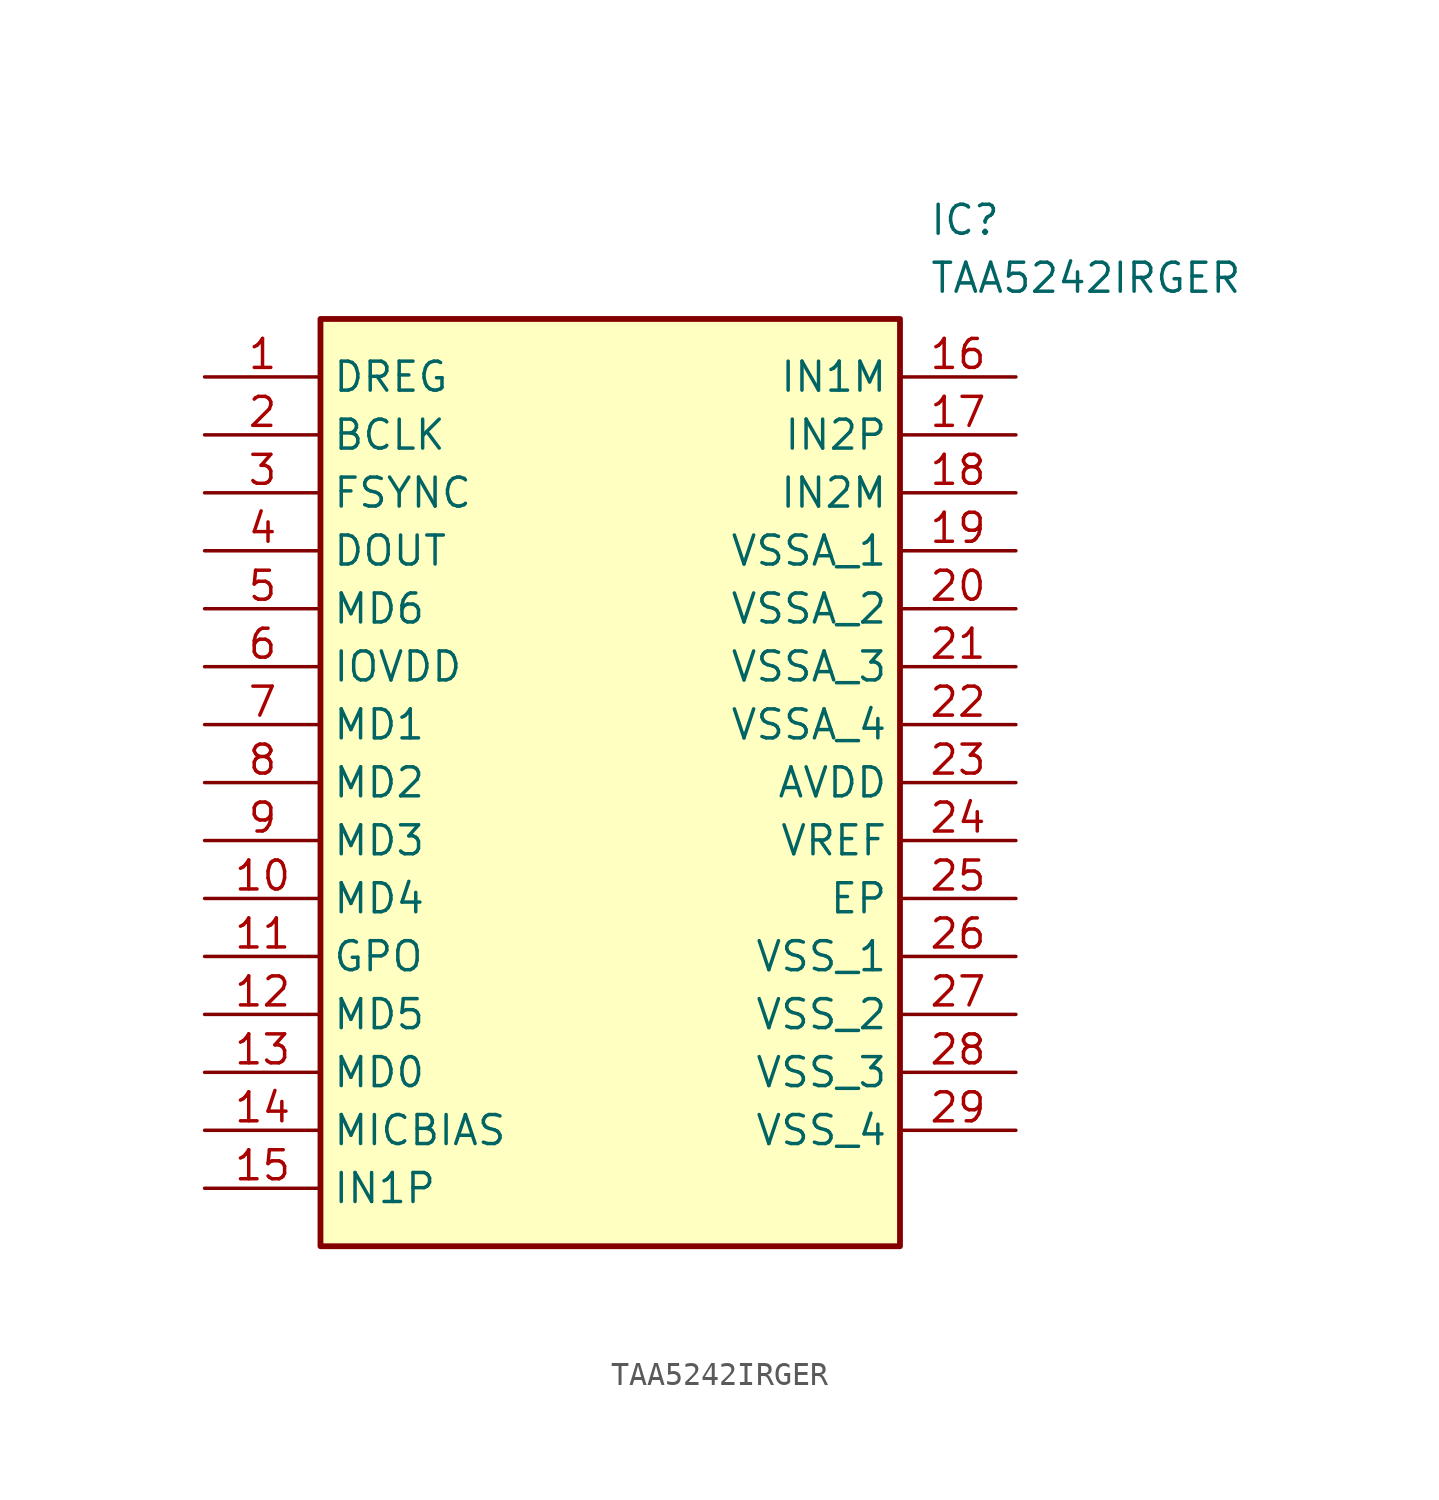
<source format=kicad_sym>
(kicad_symbol_lib
  (version 20211014)
  (generator SamacSys_ECAD_Model)
  (symbol "TAA5242IRGER"
    (property "Reference" "IC"
      (at 31.75 7.62 0)
      (effects (font (size 1.27 1.27)) (justify left top)))
    (property "Value" "TAA5242IRGER"
      (at 31.75 5.08 0)
      (effects (font (size 1.27 1.27)) (justify left top)))
    (rectangle
      (start 5.08 2.54)
      (end 30.48 -38.1)
      (stroke (width 0.254) (type default))
      (fill (type background)))
    (pin passive line
      (at 0 0 0)
      (length 5.08)
      (name "DREG" (effects (font (size 1.27 1.27))))
      (number "1" (effects (font (size 1.27 1.27)))))
    (pin passive line
      (at 0 -2.54 0)
      (length 5.08)
      (name "BCLK" (effects (font (size 1.27 1.27))))
      (number "2" (effects (font (size 1.27 1.27)))))
    (pin passive line
      (at 0 -5.08 0)
      (length 5.08)
      (name "FSYNC" (effects (font (size 1.27 1.27))))
      (number "3" (effects (font (size 1.27 1.27)))))
    (pin passive line
      (at 0 -7.62 0)
      (length 5.08)
      (name "DOUT" (effects (font (size 1.27 1.27))))
      (number "4" (effects (font (size 1.27 1.27)))))
    (pin passive line
      (at 0 -10.16 0)
      (length 5.08)
      (name "MD6" (effects (font (size 1.27 1.27))))
      (number "5" (effects (font (size 1.27 1.27)))))
    (pin passive line
      (at 0 -12.7 0)
      (length 5.08)
      (name "IOVDD" (effects (font (size 1.27 1.27))))
      (number "6" (effects (font (size 1.27 1.27)))))
    (pin passive line
      (at 0 -15.24 0)
      (length 5.08)
      (name "MD1" (effects (font (size 1.27 1.27))))
      (number "7" (effects (font (size 1.27 1.27)))))
    (pin passive line
      (at 0 -17.78 0)
      (length 5.08)
      (name "MD2" (effects (font (size 1.27 1.27))))
      (number "8" (effects (font (size 1.27 1.27)))))
    (pin passive line
      (at 0 -20.32 0)
      (length 5.08)
      (name "MD3" (effects (font (size 1.27 1.27))))
      (number "9" (effects (font (size 1.27 1.27)))))
    (pin passive line
      (at 0 -22.86 0)
      (length 5.08)
      (name "MD4" (effects (font (size 1.27 1.27))))
      (number "10" (effects (font (size 1.27 1.27)))))
    (pin passive line
      (at 0 -25.4 0)
      (length 5.08)
      (name "GPO" (effects (font (size 1.27 1.27))))
      (number "11" (effects (font (size 1.27 1.27)))))
    (pin passive line
      (at 0 -27.94 0)
      (length 5.08)
      (name "MD5" (effects (font (size 1.27 1.27))))
      (number "12" (effects (font (size 1.27 1.27)))))
    (pin passive line
      (at 0 -30.48 0)
      (length 5.08)
      (name "MD0" (effects (font (size 1.27 1.27))))
      (number "13" (effects (font (size 1.27 1.27)))))
    (pin passive line
      (at 0 -33.02 0)
      (length 5.08)
      (name "MICBIAS" (effects (font (size 1.27 1.27))))
      (number "14" (effects (font (size 1.27 1.27)))))
    (pin passive line
      (at 0 -35.56 0)
      (length 5.08)
      (name "IN1P" (effects (font (size 1.27 1.27))))
      (number "15" (effects (font (size 1.27 1.27)))))
    (pin passive line
      (at 35.56 0 180)
      (length 5.08)
      (name "IN1M" (effects (font (size 1.27 1.27))))
      (number "16" (effects (font (size 1.27 1.27)))))
    (pin passive line
      (at 35.56 -2.54 180)
      (length 5.08)
      (name "IN2P" (effects (font (size 1.27 1.27))))
      (number "17" (effects (font (size 1.27 1.27)))))
    (pin passive line
      (at 35.56 -5.08 180)
      (length 5.08)
      (name "IN2M" (effects (font (size 1.27 1.27))))
      (number "18" (effects (font (size 1.27 1.27)))))
    (pin passive line
      (at 35.56 -7.62 180)
      (length 5.08)
      (name "VSSA_1" (effects (font (size 1.27 1.27))))
      (number "19" (effects (font (size 1.27 1.27)))))
    (pin passive line
      (at 35.56 -10.16 180)
      (length 5.08)
      (name "VSSA_2" (effects (font (size 1.27 1.27))))
      (number "20" (effects (font (size 1.27 1.27)))))
    (pin passive line
      (at 35.56 -12.7 180)
      (length 5.08)
      (name "VSSA_3" (effects (font (size 1.27 1.27))))
      (number "21" (effects (font (size 1.27 1.27)))))
    (pin passive line
      (at 35.56 -15.24 180)
      (length 5.08)
      (name "VSSA_4" (effects (font (size 1.27 1.27))))
      (number "22" (effects (font (size 1.27 1.27)))))
    (pin passive line
      (at 35.56 -17.78 180)
      (length 5.08)
      (name "AVDD" (effects (font (size 1.27 1.27))))
      (number "23" (effects (font (size 1.27 1.27)))))
    (pin passive line
      (at 35.56 -20.32 180)
      (length 5.08)
      (name "VREF" (effects (font (size 1.27 1.27))))
      (number "24" (effects (font (size 1.27 1.27)))))
    (pin passive line
      (at 35.56 -22.86 180)
      (length 5.08)
      (name "EP" (effects (font (size 1.27 1.27))))
      (number "25" (effects (font (size 1.27 1.27)))))
    (pin passive line
      (at 35.56 -25.4 180)
      (length 5.08)
      (name "VSS_1" (effects (font (size 1.27 1.27))))
      (number "26" (effects (font (size 1.27 1.27)))))
    (pin passive line
      (at 35.56 -27.94 180)
      (length 5.08)
      (name "VSS_2" (effects (font (size 1.27 1.27))))
      (number "27" (effects (font (size 1.27 1.27)))))
    (pin passive line
      (at 35.56 -30.48 180)
      (length 5.08)
      (name "VSS_3" (effects (font (size 1.27 1.27))))
      (number "28" (effects (font (size 1.27 1.27)))))
    (pin passive line
      (at 35.56 -33.02 180)
      (length 5.08)
      (name "VSS_4" (effects (font (size 1.27 1.27))))
      (number "29" (effects (font (size 1.27 1.27)))))))
</source>
